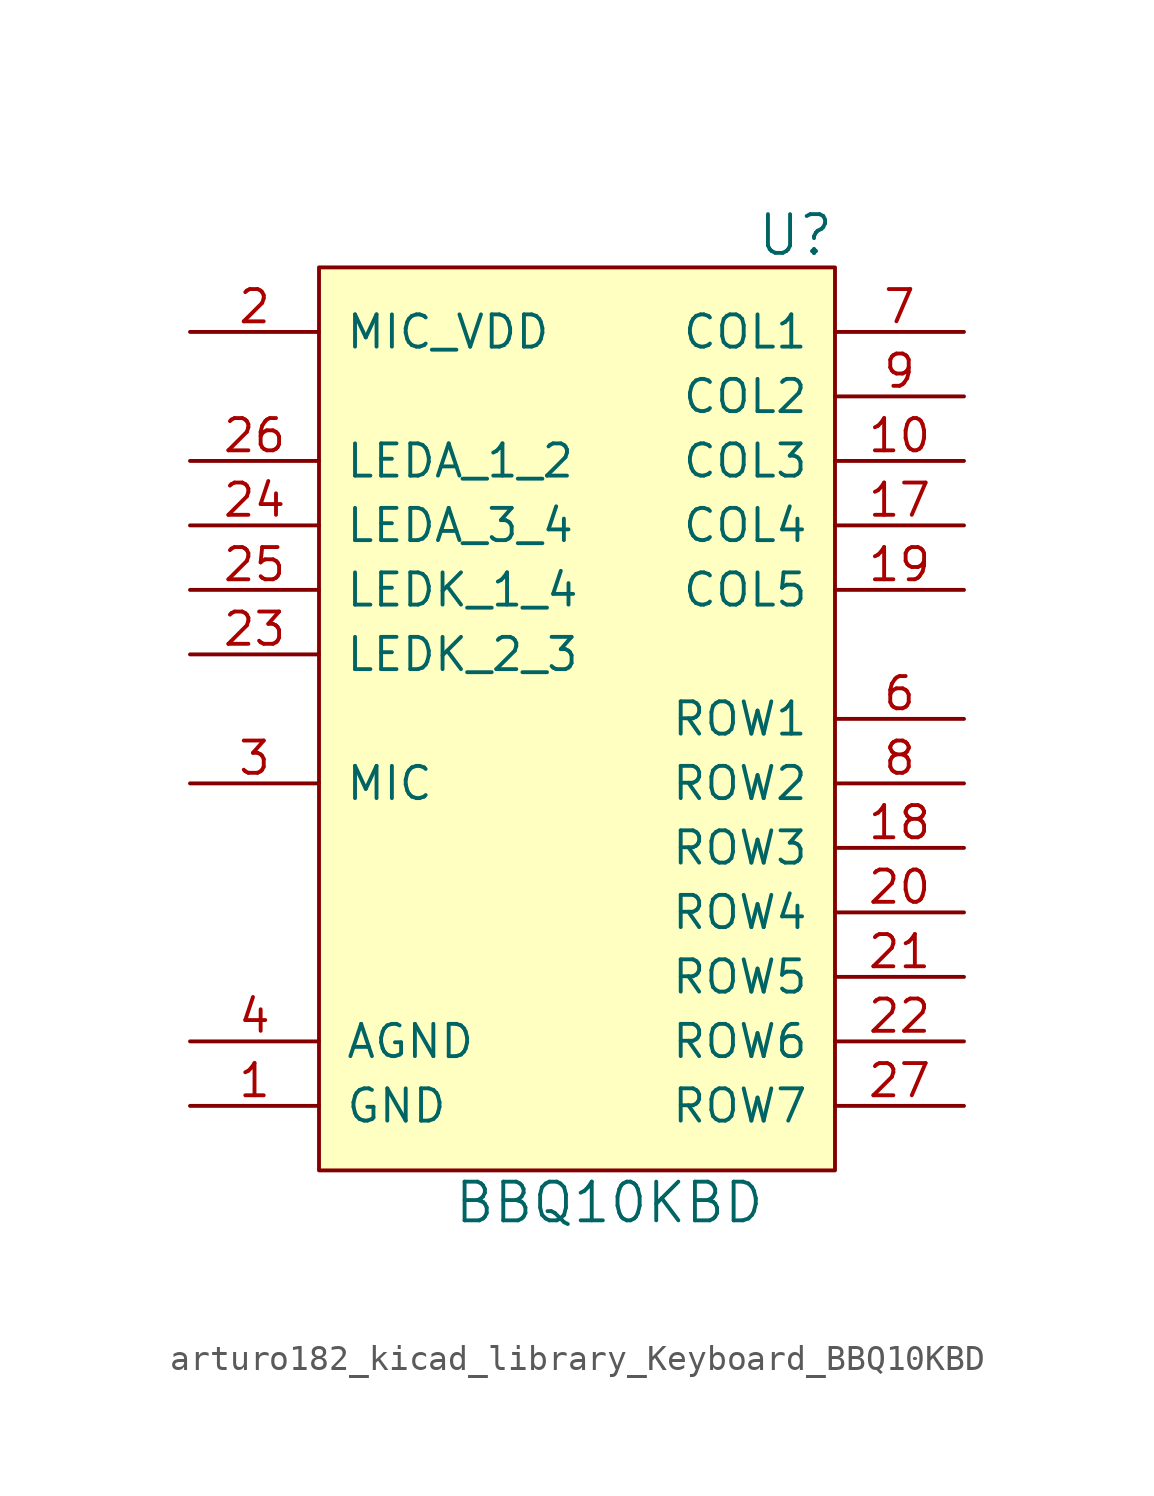
<source format=kicad_sym>
(kicad_symbol_lib
  (version 20220914)
  (generator kicad_symbol_editor)
  (symbol "Keyboard:arturo182_kicad_library_Keyboard_BBQ10KBD"
    (pin_names
      (offset 1.016))
    (property "Reference" "U"
      (at 10.16 19.05 0)
      (effects (font (size 1.524 1.524)) (justify right)))
    (property "Value" "BBQ10KBD"
      (at 1.27 -19.05 0)
      (effects (font (size 1.524 1.524))))
    (symbol "arturo182_kicad_library_Keyboard_BBQ10KBD_0_1"
      (rectangle (start -10.16 17.78) (end 10.16 -17.78) (stroke (width 0)) (fill (type background))))
    (symbol "arturo182_kicad_library_Keyboard_BBQ10KBD_1_1"
      (pin power_in line (at -15.24 -15.24 0) (length 5.08) (name "GND" (effects (font (size 1.27 1.27)))) (number "1" (effects (font (size 1.27 1.27)))))
      (pin output line (at 15.24 10.16 180) (length 5.08) (name "COL3" (effects (font (size 1.27 1.27)))) (number "10" (effects (font (size 1.27 1.27)))))
      (pin passive line (at -15.24 -15.24 0) (length 5.08) hide (name "GND" (effects (font (size 1.27 1.27)))) (number "11" (effects (font (size 1.27 1.27)))))
      (pin passive line (at -15.24 -15.24 0) (length 5.08) hide (name "GND" (effects (font (size 1.27 1.27)))) (number "12" (effects (font (size 1.27 1.27)))))
      (pin passive line (at -15.24 -15.24 0) (length 5.08) hide (name "GND" (effects (font (size 1.27 1.27)))) (number "13" (effects (font (size 1.27 1.27)))))
      (pin passive line (at -15.24 -15.24 0) (length 5.08) hide (name "GND" (effects (font (size 1.27 1.27)))) (number "14" (effects (font (size 1.27 1.27)))))
      (pin passive line (at -15.24 -15.24 0) (length 5.08) hide (name "GND" (effects (font (size 1.27 1.27)))) (number "15" (effects (font (size 1.27 1.27)))))
      (pin passive line (at -15.24 -15.24 0) (length 5.08) hide (name "GND" (effects (font (size 1.27 1.27)))) (number "16" (effects (font (size 1.27 1.27)))))
      (pin output line (at 15.24 7.62 180) (length 5.08) (name "COL4" (effects (font (size 1.27 1.27)))) (number "17" (effects (font (size 1.27 1.27)))))
      (pin output line (at 15.24 -5.08 180) (length 5.08) (name "ROW3" (effects (font (size 1.27 1.27)))) (number "18" (effects (font (size 1.27 1.27)))))
      (pin output line (at 15.24 5.08 180) (length 5.08) (name "COL5" (effects (font (size 1.27 1.27)))) (number "19" (effects (font (size 1.27 1.27)))))
      (pin input line (at -15.24 15.24 0) (length 5.08) (name "MIC_VDD" (effects (font (size 1.27 1.27)))) (number "2" (effects (font (size 1.27 1.27)))))
      (pin output line (at 15.24 -7.62 180) (length 5.08) (name "ROW4" (effects (font (size 1.27 1.27)))) (number "20" (effects (font (size 1.27 1.27)))))
      (pin output line (at 15.24 -10.16 180) (length 5.08) (name "ROW5" (effects (font (size 1.27 1.27)))) (number "21" (effects (font (size 1.27 1.27)))))
      (pin output line (at 15.24 -12.7 180) (length 5.08) (name "ROW6" (effects (font (size 1.27 1.27)))) (number "22" (effects (font (size 1.27 1.27)))))
      (pin input line (at -15.24 2.54 0) (length 5.08) (name "LEDK_2_3" (effects (font (size 1.27 1.27)))) (number "23" (effects (font (size 1.27 1.27)))))
      (pin power_in line (at -15.24 7.62 0) (length 5.08) (name "LEDA_3_4" (effects (font (size 1.27 1.27)))) (number "24" (effects (font (size 1.27 1.27)))))
      (pin input line (at -15.24 5.08 0) (length 5.08) (name "LEDK_1_4" (effects (font (size 1.27 1.27)))) (number "25" (effects (font (size 1.27 1.27)))))
      (pin power_in line (at -15.24 10.16 0) (length 5.08) (name "LEDA_1_2" (effects (font (size 1.27 1.27)))) (number "26" (effects (font (size 1.27 1.27)))))
      (pin output line (at 15.24 -15.24 180) (length 5.08) (name "ROW7" (effects (font (size 1.27 1.27)))) (number "27" (effects (font (size 1.27 1.27)))))
      (pin passive line (at -15.24 -15.24 0) (length 5.08) hide (name "GND" (effects (font (size 1.27 1.27)))) (number "28" (effects (font (size 1.27 1.27)))))
      (pin output line (at -15.24 -2.54 0) (length 5.08) (name "MIC" (effects (font (size 1.27 1.27)))) (number "3" (effects (font (size 1.27 1.27)))))
      (pin power_in line (at -15.24 -12.7 0) (length 5.08) (name "AGND" (effects (font (size 1.27 1.27)))) (number "4" (effects (font (size 1.27 1.27)))))
      (pin passive line (at -15.24 -15.24 0) (length 5.08) hide (name "GND" (effects (font (size 1.27 1.27)))) (number "5" (effects (font (size 1.27 1.27)))))
      (pin output line (at 15.24 0 180) (length 5.08) (name "ROW1" (effects (font (size 1.27 1.27)))) (number "6" (effects (font (size 1.27 1.27)))))
      (pin output line (at 15.24 15.24 180) (length 5.08) (name "COL1" (effects (font (size 1.27 1.27)))) (number "7" (effects (font (size 1.27 1.27)))))
      (pin output line (at 15.24 -2.54 180) (length 5.08) (name "ROW2" (effects (font (size 1.27 1.27)))) (number "8" (effects (font (size 1.27 1.27)))))
      (pin output line (at 15.24 12.7 180) (length 5.08) (name "COL2" (effects (font (size 1.27 1.27)))) (number "9" (effects (font (size 1.27 1.27))))))))
</source>
